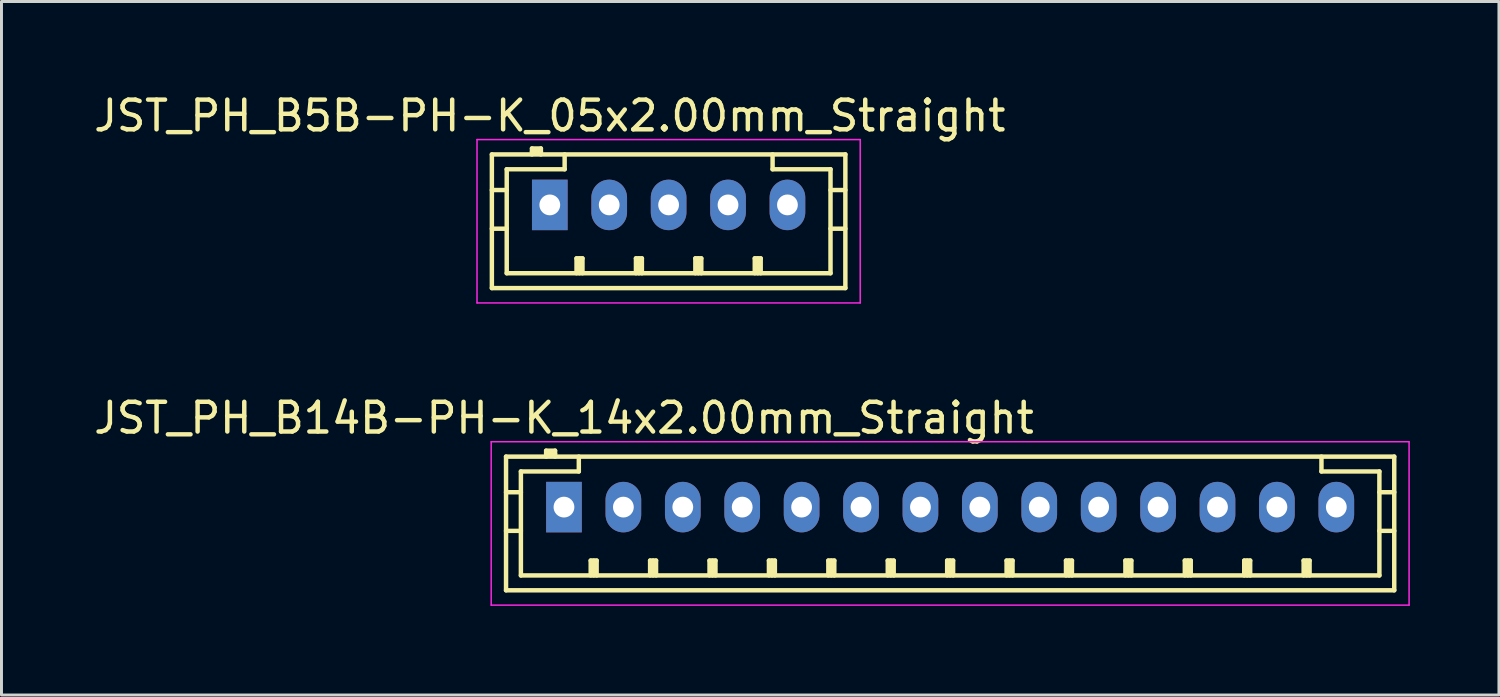
<source format=kicad_pcb>
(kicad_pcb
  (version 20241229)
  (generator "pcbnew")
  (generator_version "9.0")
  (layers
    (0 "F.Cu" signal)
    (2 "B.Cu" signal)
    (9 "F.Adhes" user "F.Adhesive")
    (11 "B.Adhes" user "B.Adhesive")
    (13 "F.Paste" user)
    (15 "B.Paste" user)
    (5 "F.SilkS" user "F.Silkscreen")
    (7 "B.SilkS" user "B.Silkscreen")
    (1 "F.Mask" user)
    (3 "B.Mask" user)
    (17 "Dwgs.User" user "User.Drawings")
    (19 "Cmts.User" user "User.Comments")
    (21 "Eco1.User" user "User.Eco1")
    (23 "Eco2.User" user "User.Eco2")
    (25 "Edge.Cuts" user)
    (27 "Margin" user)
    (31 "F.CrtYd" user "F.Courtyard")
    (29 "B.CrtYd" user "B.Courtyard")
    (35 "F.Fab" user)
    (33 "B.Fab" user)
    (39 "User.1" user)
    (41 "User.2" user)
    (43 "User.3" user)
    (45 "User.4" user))
  (footprint "JST_PH_B5B-PH-K_05x2.00mm_Straight"
    (layer "F.Cu")
    (at 15.458 3.848)
    (property "Reference" "JST_PH_B5B-PH-K_05x2.00mm_Straight" (at 0 -3 0) (layer "F.SilkS") (effects (font (size 1 1) (thickness 0.15))))
    (attr through_hole)
    (fp_line (start -1.95 -1.7) (end 9.95 -1.7) (stroke (width 0.15) (type solid)) (layer "F.SilkS"))
    (fp_line (start -1.95 -0.5) (end -1.45 -0.5) (stroke (width 0.15) (type solid)) (layer "F.SilkS"))
    (fp_line (start -1.95 0.8) (end -1.45 0.8) (stroke (width 0.15) (type solid)) (layer "F.SilkS"))
    (fp_line (start -1.95 2.8) (end -1.95 -1.7) (stroke (width 0.15) (type solid)) (layer "F.SilkS"))
    (fp_line (start -1.45 -1.2) (end -1.45 2.3) (stroke (width 0.15) (type solid)) (layer "F.SilkS"))
    (fp_line (start -1.45 2.3) (end 9.45 2.3) (stroke (width 0.15) (type solid)) (layer "F.SilkS"))
    (fp_line (start -0.6 -1.9) (end -0.6 -1.7) (stroke (width 0.15) (type solid)) (layer "F.SilkS"))
    (fp_line (start -0.3 -1.9) (end -0.6 -1.9) (stroke (width 0.15) (type solid)) (layer "F.SilkS"))
    (fp_line (start -0.3 -1.8) (end -0.6 -1.8) (stroke (width 0.15) (type solid)) (layer "F.SilkS"))
    (fp_line (start -0.3 -1.7) (end -0.3 -1.9) (stroke (width 0.15) (type solid)) (layer "F.SilkS"))
    (fp_line (start 0.5 -1.7) (end 0.5 -1.2) (stroke (width 0.15) (type solid)) (layer "F.SilkS"))
    (fp_line (start 0.5 -1.2) (end -1.45 -1.2) (stroke (width 0.15) (type solid)) (layer "F.SilkS"))
    (fp_line (start 0.9 1.8) (end 1.1 1.8) (stroke (width 0.15) (type solid)) (layer "F.SilkS"))
    (fp_line (start 0.9 2.3) (end 0.9 1.8) (stroke (width 0.15) (type solid)) (layer "F.SilkS"))
    (fp_line (start 1 2.3) (end 1 1.8) (stroke (width 0.15) (type solid)) (layer "F.SilkS"))
    (fp_line (start 1.1 1.8) (end 1.1 2.3) (stroke (width 0.15) (type solid)) (layer "F.SilkS"))
    (fp_line (start 2.9 1.8) (end 3.1 1.8) (stroke (width 0.15) (type solid)) (layer "F.SilkS"))
    (fp_line (start 2.9 2.3) (end 2.9 1.8) (stroke (width 0.15) (type solid)) (layer "F.SilkS"))
    (fp_line (start 3 2.3) (end 3 1.8) (stroke (width 0.15) (type solid)) (layer "F.SilkS"))
    (fp_line (start 3.1 1.8) (end 3.1 2.3) (stroke (width 0.15) (type solid)) (layer "F.SilkS"))
    (fp_line (start 4.9 1.8) (end 5.1 1.8) (stroke (width 0.15) (type solid)) (layer "F.SilkS"))
    (fp_line (start 4.9 2.3) (end 4.9 1.8) (stroke (width 0.15) (type solid)) (layer "F.SilkS"))
    (fp_line (start 5 2.3) (end 5 1.8) (stroke (width 0.15) (type solid)) (layer "F.SilkS"))
    (fp_line (start 5.1 1.8) (end 5.1 2.3) (stroke (width 0.15) (type solid)) (layer "F.SilkS"))
    (fp_line (start 6.9 1.8) (end 7.1 1.8) (stroke (width 0.15) (type solid)) (layer "F.SilkS"))
    (fp_line (start 6.9 2.3) (end 6.9 1.8) (stroke (width 0.15) (type solid)) (layer "F.SilkS"))
    (fp_line (start 7 2.3) (end 7 1.8) (stroke (width 0.15) (type solid)) (layer "F.SilkS"))
    (fp_line (start 7.1 1.8) (end 7.1 2.3) (stroke (width 0.15) (type solid)) (layer "F.SilkS"))
    (fp_line (start 7.5 -1.2) (end 7.5 -1.7) (stroke (width 0.15) (type solid)) (layer "F.SilkS"))
    (fp_line (start 9.45 -1.2) (end 7.5 -1.2) (stroke (width 0.15) (type solid)) (layer "F.SilkS"))
    (fp_line (start 9.45 -0.5) (end 9.95 -0.5) (stroke (width 0.15) (type solid)) (layer "F.SilkS"))
    (fp_line (start 9.45 0.8) (end 9.95 0.8) (stroke (width 0.15) (type solid)) (layer "F.SilkS"))
    (fp_line (start 9.45 2.3) (end 9.45 -1.2) (stroke (width 0.15) (type solid)) (layer "F.SilkS"))
    (fp_line (start 9.95 -1.7) (end 9.95 2.8) (stroke (width 0.15) (type solid)) (layer "F.SilkS"))
    (fp_line (start 9.95 2.8) (end -1.95 2.8) (stroke (width 0.15) (type solid)) (layer "F.SilkS"))
    (fp_line (start -2.45 -2.2) (end 10.45 -2.2) (stroke (width 0.05) (type solid)) (layer "F.CrtYd"))
    (fp_line (start -2.45 3.3) (end -2.45 -2.2) (stroke (width 0.05) (type solid)) (layer "F.CrtYd"))
    (fp_line (start 10.45 -2.2) (end 10.45 3.3) (stroke (width 0.05) (type solid)) (layer "F.CrtYd"))
    (fp_line (start 10.45 3.3) (end -2.45 3.3) (stroke (width 0.05) (type solid)) (layer "F.CrtYd"))
    (pad "1" thru_hole rect (at 0 0) (size 1.2 1.7) (drill 0.7) (layers "*.Cu" "*.Mask"))
    (pad "2" thru_hole oval (at 2 0) (size 1.2 1.7) (drill 0.7) (layers "*.Cu" "*.Mask"))
    (pad "3" thru_hole oval (at 4 0) (size 1.2 1.7) (drill 0.7) (layers "*.Cu" "*.Mask"))
    (pad "4" thru_hole oval (at 6 0) (size 1.2 1.7) (drill 0.7) (layers "*.Cu" "*.Mask"))
    (pad "5" thru_hole oval (at 8 0) (size 1.2 1.7) (drill 0.7) (layers "*.Cu" "*.Mask")))
  (footprint "JST_PH_B14B-PH-K_14x2.00mm_Straight"
    (layer "F.Cu")
    (at 15.935 14.021)
    (property "Reference" "JST_PH_B14B-PH-K_14x2.00mm_Straight" (at 0 -3 0) (layer "F.SilkS") (effects (font (size 1 1) (thickness 0.15))))
    (attr through_hole)
    (fp_line (start -1.95 -1.7) (end 27.95 -1.7) (stroke (width 0.15) (type solid)) (layer "F.SilkS"))
    (fp_line (start -1.95 -0.5) (end -1.45 -0.5) (stroke (width 0.15) (type solid)) (layer "F.SilkS"))
    (fp_line (start -1.95 0.8) (end -1.45 0.8) (stroke (width 0.15) (type solid)) (layer "F.SilkS"))
    (fp_line (start -1.95 2.8) (end -1.95 -1.7) (stroke (width 0.15) (type solid)) (layer "F.SilkS"))
    (fp_line (start -1.45 -1.2) (end -1.45 2.3) (stroke (width 0.15) (type solid)) (layer "F.SilkS"))
    (fp_line (start -1.45 2.3) (end 27.45 2.3) (stroke (width 0.15) (type solid)) (layer "F.SilkS"))
    (fp_line (start -0.6 -1.9) (end -0.6 -1.7) (stroke (width 0.15) (type solid)) (layer "F.SilkS"))
    (fp_line (start -0.3 -1.9) (end -0.6 -1.9) (stroke (width 0.15) (type solid)) (layer "F.SilkS"))
    (fp_line (start -0.3 -1.8) (end -0.6 -1.8) (stroke (width 0.15) (type solid)) (layer "F.SilkS"))
    (fp_line (start -0.3 -1.7) (end -0.3 -1.9) (stroke (width 0.15) (type solid)) (layer "F.SilkS"))
    (fp_line (start 0.5 -1.7) (end 0.5 -1.2) (stroke (width 0.15) (type solid)) (layer "F.SilkS"))
    (fp_line (start 0.5 -1.2) (end -1.45 -1.2) (stroke (width 0.15) (type solid)) (layer "F.SilkS"))
    (fp_line (start 0.9 1.8) (end 1.1 1.8) (stroke (width 0.15) (type solid)) (layer "F.SilkS"))
    (fp_line (start 0.9 2.3) (end 0.9 1.8) (stroke (width 0.15) (type solid)) (layer "F.SilkS"))
    (fp_line (start 1 2.3) (end 1 1.8) (stroke (width 0.15) (type solid)) (layer "F.SilkS"))
    (fp_line (start 1.1 1.8) (end 1.1 2.3) (stroke (width 0.15) (type solid)) (layer "F.SilkS"))
    (fp_line (start 2.9 1.8) (end 3.1 1.8) (stroke (width 0.15) (type solid)) (layer "F.SilkS"))
    (fp_line (start 2.9 2.3) (end 2.9 1.8) (stroke (width 0.15) (type solid)) (layer "F.SilkS"))
    (fp_line (start 3 2.3) (end 3 1.8) (stroke (width 0.15) (type solid)) (layer "F.SilkS"))
    (fp_line (start 3.1 1.8) (end 3.1 2.3) (stroke (width 0.15) (type solid)) (layer "F.SilkS"))
    (fp_line (start 4.9 1.8) (end 5.1 1.8) (stroke (width 0.15) (type solid)) (layer "F.SilkS"))
    (fp_line (start 4.9 2.3) (end 4.9 1.8) (stroke (width 0.15) (type solid)) (layer "F.SilkS"))
    (fp_line (start 5 2.3) (end 5 1.8) (stroke (width 0.15) (type solid)) (layer "F.SilkS"))
    (fp_line (start 5.1 1.8) (end 5.1 2.3) (stroke (width 0.15) (type solid)) (layer "F.SilkS"))
    (fp_line (start 6.9 1.8) (end 7.1 1.8) (stroke (width 0.15) (type solid)) (layer "F.SilkS"))
    (fp_line (start 6.9 2.3) (end 6.9 1.8) (stroke (width 0.15) (type solid)) (layer "F.SilkS"))
    (fp_line (start 7 2.3) (end 7 1.8) (stroke (width 0.15) (type solid)) (layer "F.SilkS"))
    (fp_line (start 7.1 1.8) (end 7.1 2.3) (stroke (width 0.15) (type solid)) (layer "F.SilkS"))
    (fp_line (start 8.9 1.8) (end 9.1 1.8) (stroke (width 0.15) (type solid)) (layer "F.SilkS"))
    (fp_line (start 8.9 2.3) (end 8.9 1.8) (stroke (width 0.15) (type solid)) (layer "F.SilkS"))
    (fp_line (start 9 2.3) (end 9 1.8) (stroke (width 0.15) (type solid)) (layer "F.SilkS"))
    (fp_line (start 9.1 1.8) (end 9.1 2.3) (stroke (width 0.15) (type solid)) (layer "F.SilkS"))
    (fp_line (start 10.9 1.8) (end 11.1 1.8) (stroke (width 0.15) (type solid)) (layer "F.SilkS"))
    (fp_line (start 10.9 2.3) (end 10.9 1.8) (stroke (width 0.15) (type solid)) (layer "F.SilkS"))
    (fp_line (start 11 2.3) (end 11 1.8) (stroke (width 0.15) (type solid)) (layer "F.SilkS"))
    (fp_line (start 11.1 1.8) (end 11.1 2.3) (stroke (width 0.15) (type solid)) (layer "F.SilkS"))
    (fp_line (start 12.9 1.8) (end 13.1 1.8) (stroke (width 0.15) (type solid)) (layer "F.SilkS"))
    (fp_line (start 12.9 2.3) (end 12.9 1.8) (stroke (width 0.15) (type solid)) (layer "F.SilkS"))
    (fp_line (start 13 2.3) (end 13 1.8) (stroke (width 0.15) (type solid)) (layer "F.SilkS"))
    (fp_line (start 13.1 1.8) (end 13.1 2.3) (stroke (width 0.15) (type solid)) (layer "F.SilkS"))
    (fp_line (start 14.9 1.8) (end 15.1 1.8) (stroke (width 0.15) (type solid)) (layer "F.SilkS"))
    (fp_line (start 14.9 2.3) (end 14.9 1.8) (stroke (width 0.15) (type solid)) (layer "F.SilkS"))
    (fp_line (start 15 2.3) (end 15 1.8) (stroke (width 0.15) (type solid)) (layer "F.SilkS"))
    (fp_line (start 15.1 1.8) (end 15.1 2.3) (stroke (width 0.15) (type solid)) (layer "F.SilkS"))
    (fp_line (start 16.9 1.8) (end 17.1 1.8) (stroke (width 0.15) (type solid)) (layer "F.SilkS"))
    (fp_line (start 16.9 2.3) (end 16.9 1.8) (stroke (width 0.15) (type solid)) (layer "F.SilkS"))
    (fp_line (start 17 2.3) (end 17 1.8) (stroke (width 0.15) (type solid)) (layer "F.SilkS"))
    (fp_line (start 17.1 1.8) (end 17.1 2.3) (stroke (width 0.15) (type solid)) (layer "F.SilkS"))
    (fp_line (start 18.9 1.8) (end 19.1 1.8) (stroke (width 0.15) (type solid)) (layer "F.SilkS"))
    (fp_line (start 18.9 2.3) (end 18.9 1.8) (stroke (width 0.15) (type solid)) (layer "F.SilkS"))
    (fp_line (start 19 2.3) (end 19 1.8) (stroke (width 0.15) (type solid)) (layer "F.SilkS"))
    (fp_line (start 19.1 1.8) (end 19.1 2.3) (stroke (width 0.15) (type solid)) (layer "F.SilkS"))
    (fp_line (start 20.9 1.8) (end 21.1 1.8) (stroke (width 0.15) (type solid)) (layer "F.SilkS"))
    (fp_line (start 20.9 2.3) (end 20.9 1.8) (stroke (width 0.15) (type solid)) (layer "F.SilkS"))
    (fp_line (start 21 2.3) (end 21 1.8) (stroke (width 0.15) (type solid)) (layer "F.SilkS"))
    (fp_line (start 21.1 1.8) (end 21.1 2.3) (stroke (width 0.15) (type solid)) (layer "F.SilkS"))
    (fp_line (start 22.9 1.8) (end 23.1 1.8) (stroke (width 0.15) (type solid)) (layer "F.SilkS"))
    (fp_line (start 22.9 2.3) (end 22.9 1.8) (stroke (width 0.15) (type solid)) (layer "F.SilkS"))
    (fp_line (start 23 2.3) (end 23 1.8) (stroke (width 0.15) (type solid)) (layer "F.SilkS"))
    (fp_line (start 23.1 1.8) (end 23.1 2.3) (stroke (width 0.15) (type solid)) (layer "F.SilkS"))
    (fp_line (start 24.9 1.8) (end 25.1 1.8) (stroke (width 0.15) (type solid)) (layer "F.SilkS"))
    (fp_line (start 24.9 2.3) (end 24.9 1.8) (stroke (width 0.15) (type solid)) (layer "F.SilkS"))
    (fp_line (start 25 2.3) (end 25 1.8) (stroke (width 0.15) (type solid)) (layer "F.SilkS"))
    (fp_line (start 25.1 1.8) (end 25.1 2.3) (stroke (width 0.15) (type solid)) (layer "F.SilkS"))
    (fp_line (start 25.5 -1.2) (end 25.5 -1.7) (stroke (width 0.15) (type solid)) (layer "F.SilkS"))
    (fp_line (start 27.45 -1.2) (end 25.5 -1.2) (stroke (width 0.15) (type solid)) (layer "F.SilkS"))
    (fp_line (start 27.45 -0.5) (end 27.95 -0.5) (stroke (width 0.15) (type solid)) (layer "F.SilkS"))
    (fp_line (start 27.45 0.8) (end 27.95 0.8) (stroke (width 0.15) (type solid)) (layer "F.SilkS"))
    (fp_line (start 27.45 2.3) (end 27.45 -1.2) (stroke (width 0.15) (type solid)) (layer "F.SilkS"))
    (fp_line (start 27.95 -1.7) (end 27.95 2.8) (stroke (width 0.15) (type solid)) (layer "F.SilkS"))
    (fp_line (start 27.95 2.8) (end -1.95 2.8) (stroke (width 0.15) (type solid)) (layer "F.SilkS"))
    (fp_line (start -2.45 -2.2) (end 28.45 -2.2) (stroke (width 0.05) (type solid)) (layer "F.CrtYd"))
    (fp_line (start -2.45 3.3) (end -2.45 -2.2) (stroke (width 0.05) (type solid)) (layer "F.CrtYd"))
    (fp_line (start 28.45 -2.2) (end 28.45 3.3) (stroke (width 0.05) (type solid)) (layer "F.CrtYd"))
    (fp_line (start 28.45 3.3) (end -2.45 3.3) (stroke (width 0.05) (type solid)) (layer "F.CrtYd"))
    (pad "1" thru_hole rect (at 0 0) (size 1.2 1.7) (drill 0.7) (layers "*.Cu" "*.Mask"))
    (pad "2" thru_hole oval (at 2 0) (size 1.2 1.7) (drill 0.7) (layers "*.Cu" "*.Mask"))
    (pad "3" thru_hole oval (at 4 0) (size 1.2 1.7) (drill 0.7) (layers "*.Cu" "*.Mask"))
    (pad "4" thru_hole oval (at 6 0) (size 1.2 1.7) (drill 0.7) (layers "*.Cu" "*.Mask"))
    (pad "5" thru_hole oval (at 8 0) (size 1.2 1.7) (drill 0.7) (layers "*.Cu" "*.Mask"))
    (pad "6" thru_hole oval (at 10 0) (size 1.2 1.7) (drill 0.7) (layers "*.Cu" "*.Mask"))
    (pad "7" thru_hole oval (at 12 0) (size 1.2 1.7) (drill 0.7) (layers "*.Cu" "*.Mask"))
    (pad "8" thru_hole oval (at 14 0) (size 1.2 1.7) (drill 0.7) (layers "*.Cu" "*.Mask"))
    (pad "9" thru_hole oval (at 16 0) (size 1.2 1.7) (drill 0.7) (layers "*.Cu" "*.Mask"))
    (pad "10" thru_hole oval (at 18 0) (size 1.2 1.7) (drill 0.7) (layers "*.Cu" "*.Mask"))
    (pad "11" thru_hole oval (at 20 0) (size 1.2 1.7) (drill 0.7) (layers "*.Cu" "*.Mask"))
    (pad "12" thru_hole oval (at 22 0) (size 1.2 1.7) (drill 0.7) (layers "*.Cu" "*.Mask"))
    (pad "13" thru_hole oval (at 24 0) (size 1.2 1.7) (drill 0.7) (layers "*.Cu" "*.Mask"))
    (pad "14" thru_hole oval (at 26 0) (size 1.2 1.7) (drill 0.7) (layers "*.Cu" "*.Mask")))
  (gr_rect
    (start -3 -3)
    (end 47.41 20.346)
    (stroke (width 0.1) (type default))
    (fill no)
    (layer "Edge.Cuts")))
</source>
